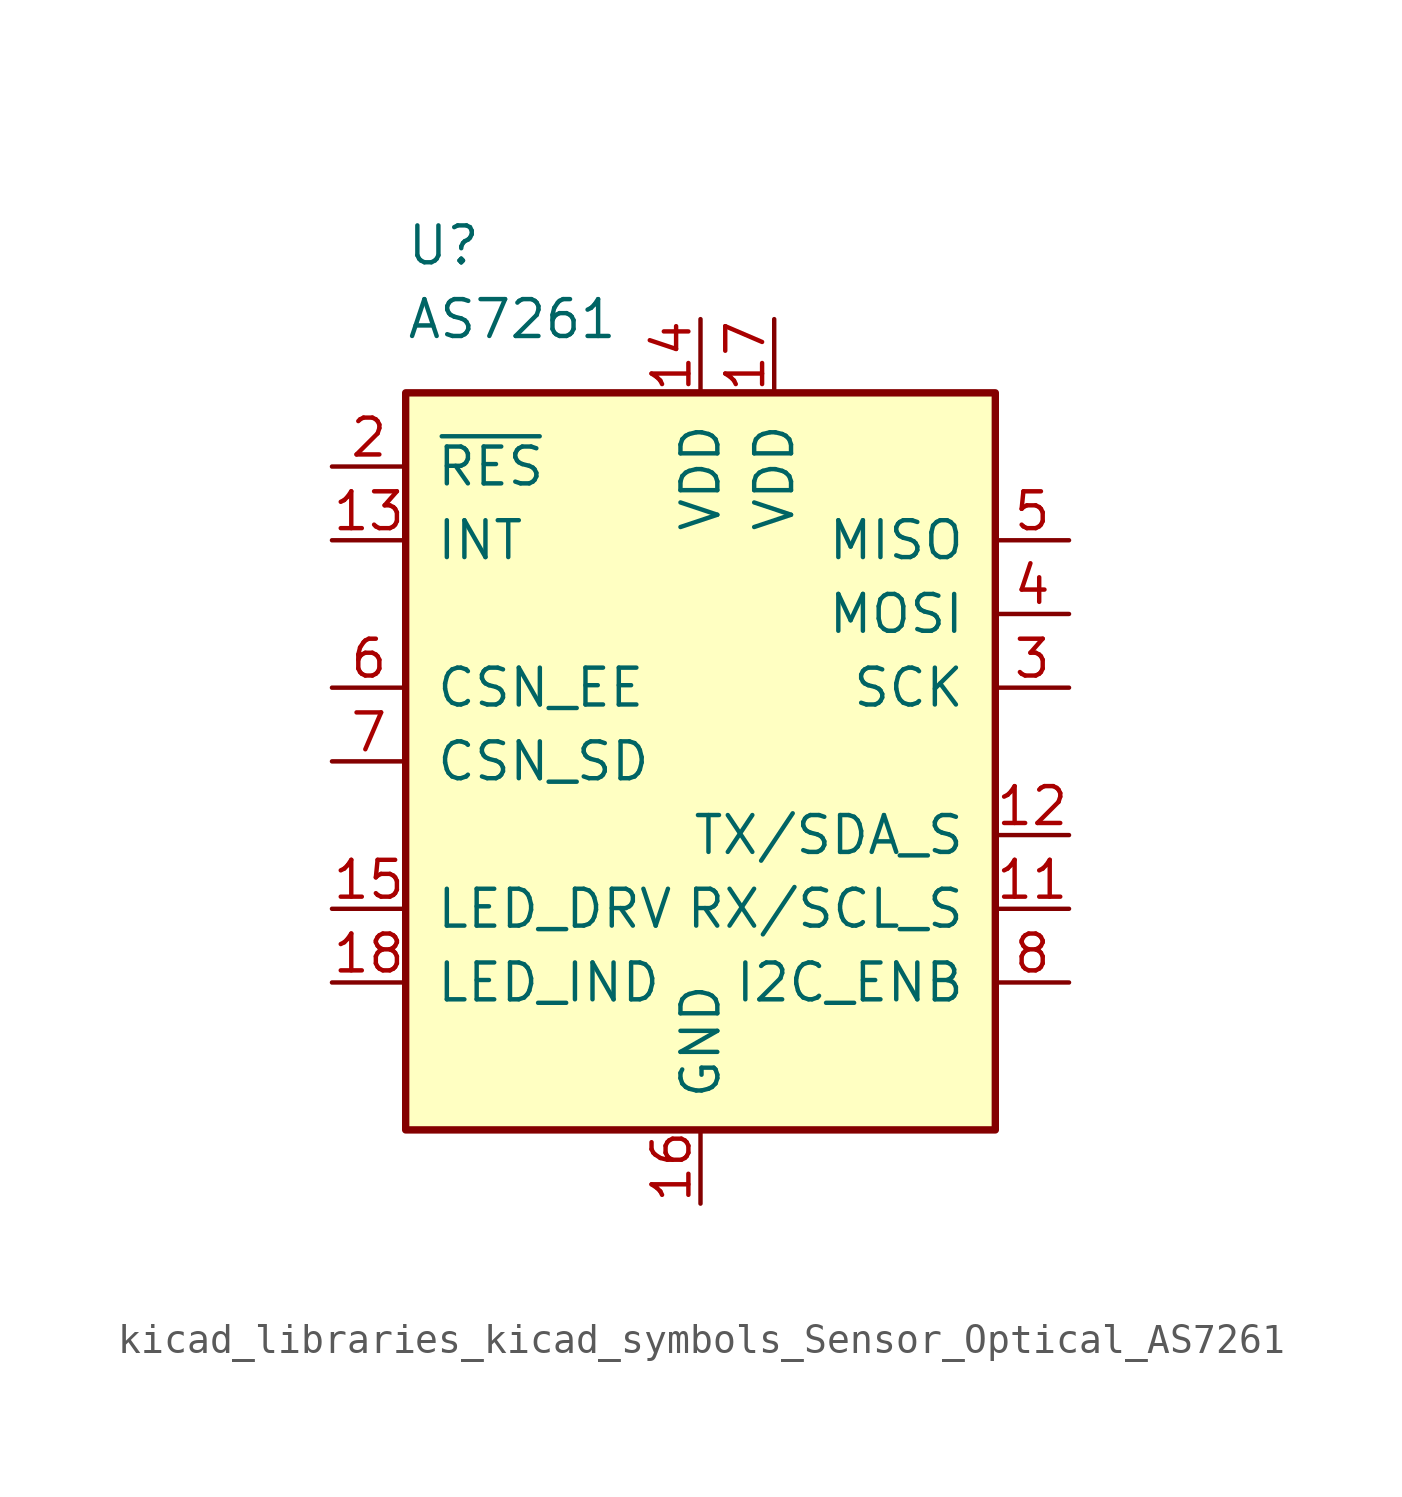
<source format=kicad_sym>
(kicad_symbol_lib
  (version 20220914)
  (generator kicad_symbol_editor)
  (symbol "kicad_libraries_kicad_symbols_Sensor_Optical_AS7261"
    (pin_names
      (offset 1.016))
    (property "Reference" "U"
      (at -10.16 17.78 0)
      (effects (font (size 1.27 1.27)) (justify left)))
    (property "Value" "AS7261"
      (at -10.16 15.24 0)
      (effects (font (size 1.27 1.27)) (justify left)))
    (symbol "kicad_libraries_kicad_symbols_Sensor_Optical_AS7261_0_1"
      (rectangle (start -10.16 12.7) (end 10.16 -12.7) (stroke (width 0.254) (type default)) (fill (type background))))
    (symbol "kicad_libraries_kicad_symbols_Sensor_Optical_AS7261_1_1"
      (pin no_connect line (at 10.16 10.16 180) (length 2.54) hide (name "NF" (effects (font (size 1.27 1.27)))) (number "1" (effects (font (size 1.27 1.27)))))
      (pin no_connect line (at -12.7 5.08 0) (length 2.54) hide (name "NF" (effects (font (size 1.27 1.27)))) (number "10" (effects (font (size 1.27 1.27)))))
      (pin input line (at 12.7 -5.08 180) (length 2.54) (name "RX/SCL_S" (effects (font (size 1.27 1.27)))) (number "11" (effects (font (size 1.27 1.27)))))
      (pin bidirectional line (at 12.7 -2.54 180) (length 2.54) (name "TX/SDA_S" (effects (font (size 1.27 1.27)))) (number "12" (effects (font (size 1.27 1.27)))))
      (pin input line (at -12.7 7.62 0) (length 2.54) (name "INT" (effects (font (size 1.27 1.27)))) (number "13" (effects (font (size 1.27 1.27)))))
      (pin power_in line (at 0 15.24 270) (length 2.54) (name "VDD" (effects (font (size 1.27 1.27)))) (number "14" (effects (font (size 1.27 1.27)))))
      (pin output line (at -12.7 -5.08 0) (length 2.54) (name "LED_DRV" (effects (font (size 1.27 1.27)))) (number "15" (effects (font (size 1.27 1.27)))))
      (pin power_in line (at 0 -15.24 90) (length 2.54) (name "GND" (effects (font (size 1.27 1.27)))) (number "16" (effects (font (size 1.27 1.27)))))
      (pin power_in line (at 2.54 15.24 270) (length 2.54) (name "VDD" (effects (font (size 1.27 1.27)))) (number "17" (effects (font (size 1.27 1.27)))))
      (pin output line (at -12.7 -7.62 0) (length 2.54) (name "LED_IND" (effects (font (size 1.27 1.27)))) (number "18" (effects (font (size 1.27 1.27)))))
      (pin no_connect line (at -10.16 -2.54 0) (length 2.54) hide (name "NF" (effects (font (size 1.27 1.27)))) (number "19" (effects (font (size 1.27 1.27)))))
      (pin input line (at -12.7 10.16 0) (length 2.54) (name "~{RES}" (effects (font (size 1.27 1.27)))) (number "2" (effects (font (size 1.27 1.27)))))
      (pin no_connect line (at -10.16 -10.16 0) (length 2.54) hide (name "NF" (effects (font (size 1.27 1.27)))) (number "20" (effects (font (size 1.27 1.27)))))
      (pin input line (at 12.7 2.54 180) (length 2.54) (name "SCK" (effects (font (size 1.27 1.27)))) (number "3" (effects (font (size 1.27 1.27)))))
      (pin bidirectional line (at 12.7 5.08 180) (length 2.54) (name "MOSI" (effects (font (size 1.27 1.27)))) (number "4" (effects (font (size 1.27 1.27)))))
      (pin bidirectional line (at 12.7 7.62 180) (length 2.54) (name "MISO" (effects (font (size 1.27 1.27)))) (number "5" (effects (font (size 1.27 1.27)))))
      (pin input line (at -12.7 2.54 0) (length 2.54) (name "CSN_EE" (effects (font (size 1.27 1.27)))) (number "6" (effects (font (size 1.27 1.27)))))
      (pin input line (at -12.7 0 0) (length 2.54) (name "CSN_SD" (effects (font (size 1.27 1.27)))) (number "7" (effects (font (size 1.27 1.27)))))
      (pin input line (at 12.7 -7.62 180) (length 2.54) (name "I2C_ENB" (effects (font (size 1.27 1.27)))) (number "8" (effects (font (size 1.27 1.27)))))
      (pin no_connect line (at 10.16 -10.16 180) (length 2.54) hide (name "NF" (effects (font (size 1.27 1.27)))) (number "9" (effects (font (size 1.27 1.27))))))))
</source>
